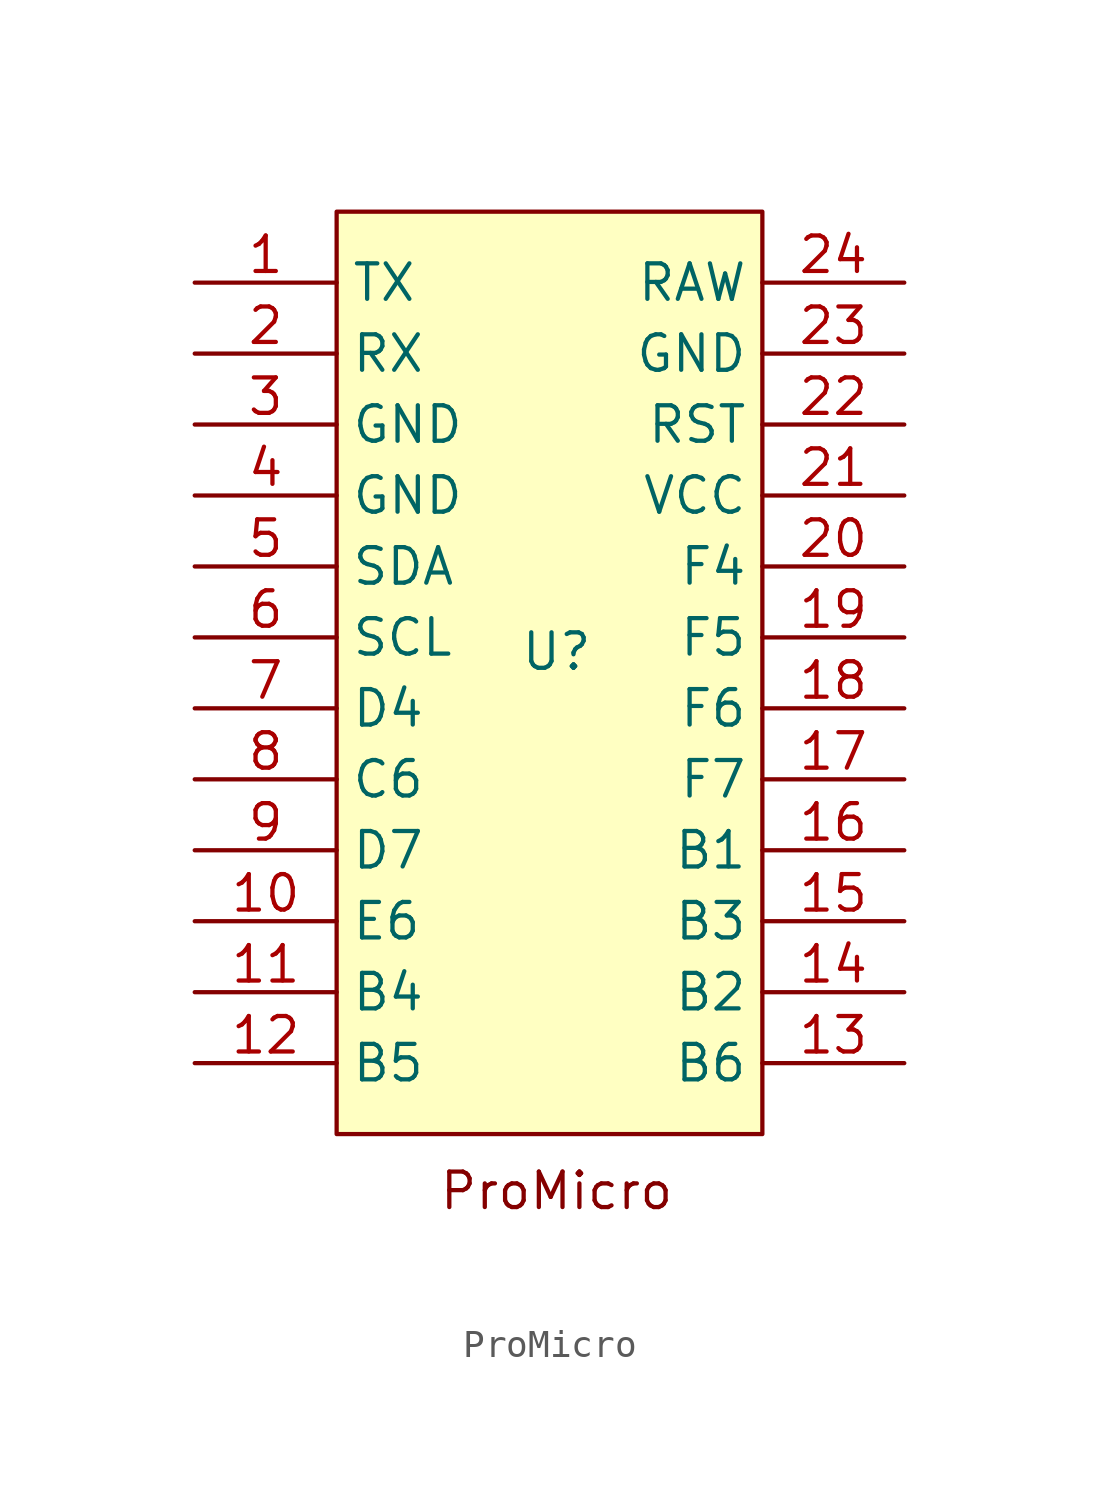
<source format=kicad_sym>
(kicad_symbol_lib
  (version 20231120)
  (generator "kicad_symbol_editor")
  (generator_version "8.0")
  (symbol "ProMicro"
    (property "Reference" "U"
      (at 0.254 -0.508 0)
      (effects (font (size 1.27 1.27))))
    (property "Value" ""
      (at -2.54 13.97 0)
      (effects (font (size 1.27 1.27))))
    (symbol "ProMicro_0_1"
      (rectangle (start -7.62 15.24) (end 7.62 -17.78) (stroke (width 0) (type default)) (fill (type background))))
    (symbol "ProMicro_1_1"
      (text "ProMicro" (at 0.254 -19.812 0) (effects (font (size 1.27 1.27))))
      (pin passive line (at -12.7 12.7 0) (length 5.08) (name "TX" (effects (font (size 1.27 1.27)))) (number "1" (effects (font (size 1.27 1.27)))))
      (pin passive line (at -12.7 -10.16 0) (length 5.08) (name "E6" (effects (font (size 1.27 1.27)))) (number "10" (effects (font (size 1.27 1.27)))))
      (pin passive line (at -12.7 -12.7 0) (length 5.08) (name "B4" (effects (font (size 1.27 1.27)))) (number "11" (effects (font (size 1.27 1.27)))))
      (pin passive line (at -12.7 -15.24 0) (length 5.08) (name "B5" (effects (font (size 1.27 1.27)))) (number "12" (effects (font (size 1.27 1.27)))))
      (pin passive line (at 12.7 -15.24 180) (length 5.08) (name "B6" (effects (font (size 1.27 1.27)))) (number "13" (effects (font (size 1.27 1.27)))))
      (pin passive line (at 12.7 -12.7 180) (length 5.08) (name "B2" (effects (font (size 1.27 1.27)))) (number "14" (effects (font (size 1.27 1.27)))))
      (pin passive line (at 12.7 -10.16 180) (length 5.08) (name "B3" (effects (font (size 1.27 1.27)))) (number "15" (effects (font (size 1.27 1.27)))))
      (pin passive line (at 12.7 -7.62 180) (length 5.08) (name "B1" (effects (font (size 1.27 1.27)))) (number "16" (effects (font (size 1.27 1.27)))))
      (pin passive line (at 12.7 -5.08 180) (length 5.08) (name "F7" (effects (font (size 1.27 1.27)))) (number "17" (effects (font (size 1.27 1.27)))))
      (pin passive line (at 12.7 -2.54 180) (length 5.08) (name "F6" (effects (font (size 1.27 1.27)))) (number "18" (effects (font (size 1.27 1.27)))))
      (pin passive line (at 12.7 0 180) (length 5.08) (name "F5" (effects (font (size 1.27 1.27)))) (number "19" (effects (font (size 1.27 1.27)))))
      (pin passive line (at -12.7 10.16 0) (length 5.08) (name "RX" (effects (font (size 1.27 1.27)))) (number "2" (effects (font (size 1.27 1.27)))))
      (pin passive line (at 12.7 2.54 180) (length 5.08) (name "F4" (effects (font (size 1.27 1.27)))) (number "20" (effects (font (size 1.27 1.27)))))
      (pin passive line (at 12.7 5.08 180) (length 5.08) (name "VCC" (effects (font (size 1.27 1.27)))) (number "21" (effects (font (size 1.27 1.27)))))
      (pin passive line (at 12.7 7.62 180) (length 5.08) (name "RST" (effects (font (size 1.27 1.27)))) (number "22" (effects (font (size 1.27 1.27)))))
      (pin passive line (at 12.7 10.16 180) (length 5.08) (name "GND" (effects (font (size 1.27 1.27)))) (number "23" (effects (font (size 1.27 1.27)))))
      (pin passive line (at 12.7 12.7 180) (length 5.08) (name "RAW" (effects (font (size 1.27 1.27)))) (number "24" (effects (font (size 1.27 1.27)))))
      (pin passive line (at -12.7 7.62 0) (length 5.08) (name "GND" (effects (font (size 1.27 1.27)))) (number "3" (effects (font (size 1.27 1.27)))))
      (pin passive line (at -12.7 5.08 0) (length 5.08) (name "GND" (effects (font (size 1.27 1.27)))) (number "4" (effects (font (size 1.27 1.27)))))
      (pin passive line (at -12.7 2.54 0) (length 5.08) (name "SDA" (effects (font (size 1.27 1.27)))) (number "5" (effects (font (size 1.27 1.27)))))
      (pin passive line (at -12.7 0 0) (length 5.08) (name "SCL" (effects (font (size 1.27 1.27)))) (number "6" (effects (font (size 1.27 1.27)))))
      (pin passive line (at -12.7 -2.54 0) (length 5.08) (name "D4" (effects (font (size 1.27 1.27)))) (number "7" (effects (font (size 1.27 1.27)))))
      (pin passive line (at -12.7 -5.08 0) (length 5.08) (name "C6" (effects (font (size 1.27 1.27)))) (number "8" (effects (font (size 1.27 1.27)))))
      (pin passive line (at -12.7 -7.62 0) (length 5.08) (name "D7" (effects (font (size 1.27 1.27)))) (number "9" (effects (font (size 1.27 1.27))))))))
</source>
